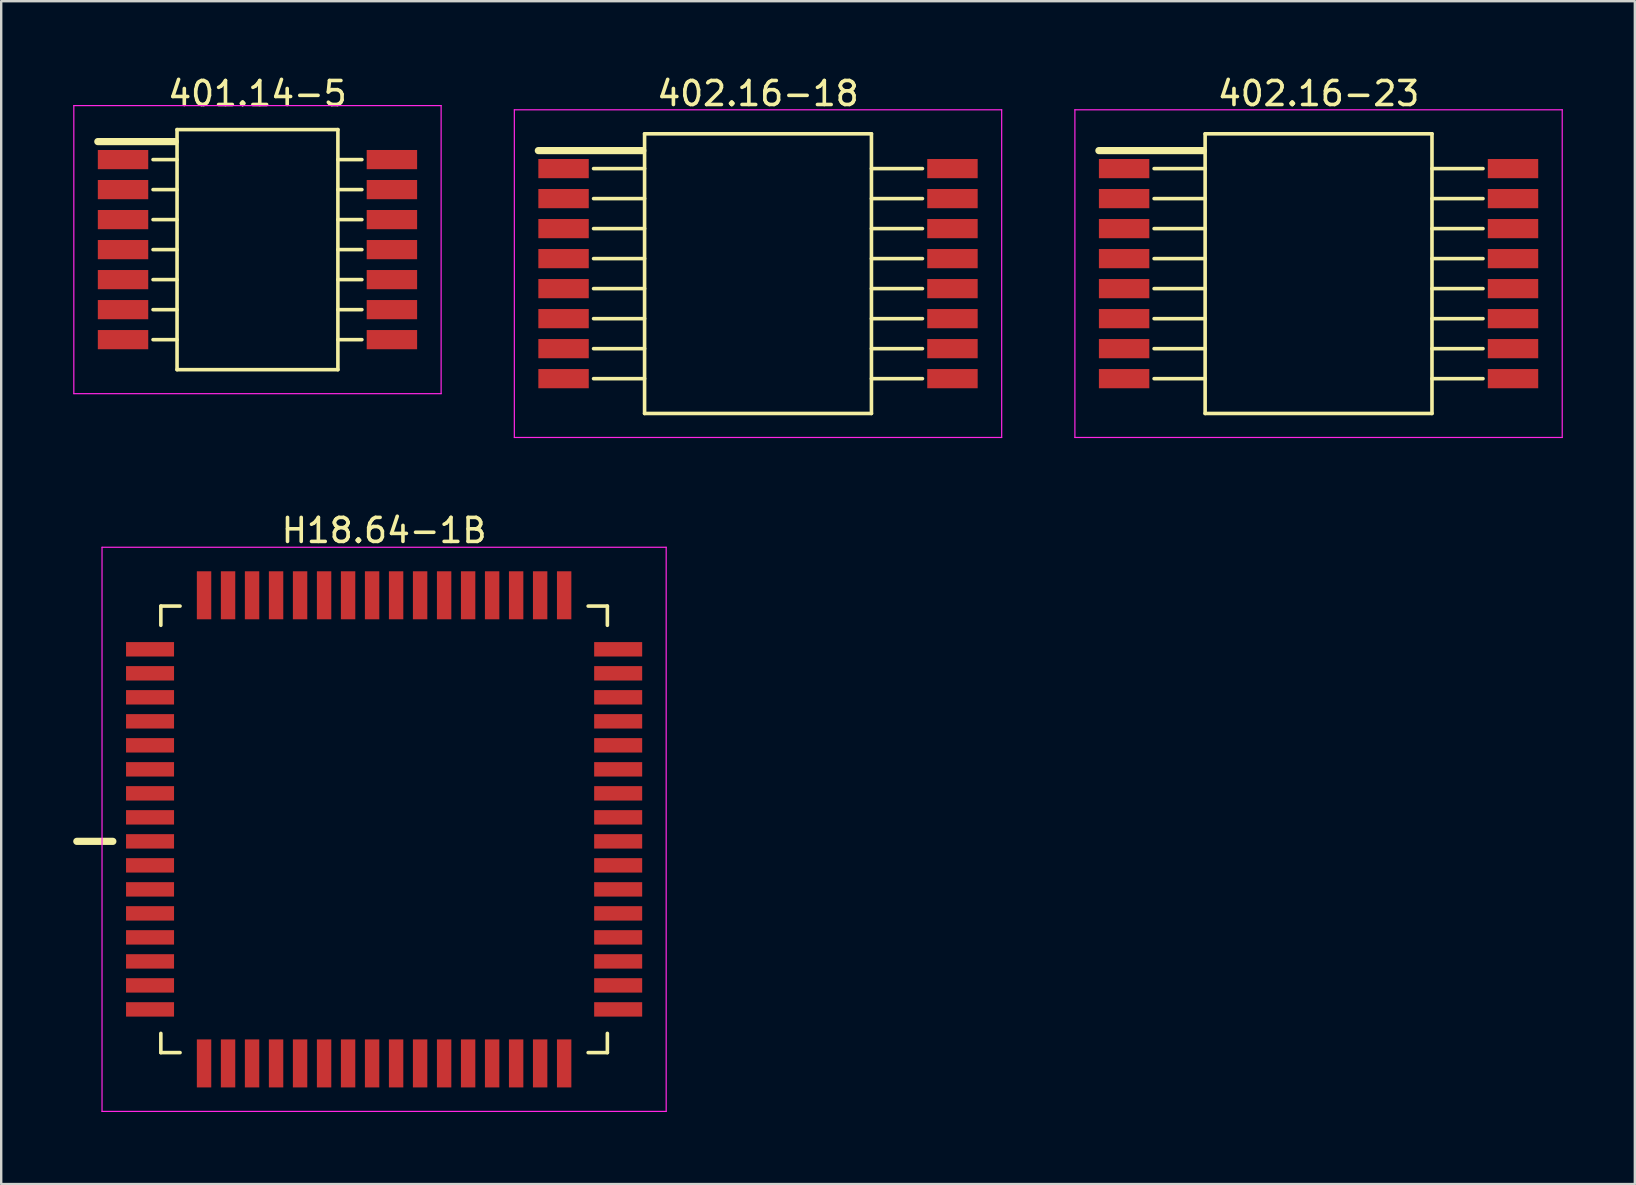
<source format=kicad_pcb>
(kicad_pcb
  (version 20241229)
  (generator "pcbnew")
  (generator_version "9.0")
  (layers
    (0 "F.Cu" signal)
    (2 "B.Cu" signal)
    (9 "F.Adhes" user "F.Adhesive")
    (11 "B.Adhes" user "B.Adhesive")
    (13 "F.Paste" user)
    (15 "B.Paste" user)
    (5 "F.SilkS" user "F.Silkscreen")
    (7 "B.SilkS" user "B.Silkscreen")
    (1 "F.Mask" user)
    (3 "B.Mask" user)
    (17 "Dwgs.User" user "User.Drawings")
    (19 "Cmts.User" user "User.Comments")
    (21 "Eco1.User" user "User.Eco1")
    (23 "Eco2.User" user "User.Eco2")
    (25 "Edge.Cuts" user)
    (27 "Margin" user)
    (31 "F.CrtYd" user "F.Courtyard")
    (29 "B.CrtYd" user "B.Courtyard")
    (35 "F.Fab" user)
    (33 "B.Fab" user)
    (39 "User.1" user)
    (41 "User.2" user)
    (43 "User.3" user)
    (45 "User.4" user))
  (footprint "402.16-18"
    (layer "F.Cu")
    (at 28.525 8.348)
    (property "Reference" "402.16-18" (at 0 -7.5 180) (layer "F.SilkS") (effects (font (size 1 1) (thickness 0.15))))
    (attr through_hole)
    (fp_line (start -6.85 -4.375) (end -4.725 -4.375) (stroke (width 0.15) (type solid)) (layer "F.SilkS"))
    (fp_line (start -6.85 -3.125) (end -4.725 -3.125) (stroke (width 0.15) (type solid)) (layer "F.SilkS"))
    (fp_line (start -6.85 -1.875) (end -4.725 -1.875) (stroke (width 0.15) (type solid)) (layer "F.SilkS"))
    (fp_line (start -6.85 -0.625) (end -4.725 -0.625) (stroke (width 0.15) (type solid)) (layer "F.SilkS"))
    (fp_line (start -6.85 0.625) (end -4.725 0.625) (stroke (width 0.15) (type solid)) (layer "F.SilkS"))
    (fp_line (start -6.85 1.875) (end -4.725 1.875) (stroke (width 0.15) (type solid)) (layer "F.SilkS"))
    (fp_line (start -6.85 3.125) (end -4.725 3.125) (stroke (width 0.15) (type solid)) (layer "F.SilkS"))
    (fp_line (start -6.85 4.375) (end -4.725 4.375) (stroke (width 0.15) (type solid)) (layer "F.SilkS"))
    (fp_line (start -4.8 -5.125) (end -9.15 -5.125) (stroke (width 0.3) (type solid)) (layer "F.SilkS"))
    (fp_line (start -4.725 -5.825) (end 4.725 -5.825) (stroke (width 0.15) (type solid)) (layer "F.SilkS"))
    (fp_line (start -4.725 5.825) (end -4.725 -5.825) (stroke (width 0.15) (type solid)) (layer "F.SilkS"))
    (fp_line (start 4.725 -5.825) (end 4.725 5.825) (stroke (width 0.15) (type solid)) (layer "F.SilkS"))
    (fp_line (start 4.725 -4.375) (end 6.85 -4.375) (stroke (width 0.15) (type solid)) (layer "F.SilkS"))
    (fp_line (start 4.725 -3.125) (end 6.85 -3.125) (stroke (width 0.15) (type solid)) (layer "F.SilkS"))
    (fp_line (start 4.725 -1.875) (end 6.85 -1.875) (stroke (width 0.15) (type solid)) (layer "F.SilkS"))
    (fp_line (start 4.725 -0.625) (end 6.85 -0.625) (stroke (width 0.15) (type solid)) (layer "F.SilkS"))
    (fp_line (start 4.725 0.625) (end 6.85 0.625) (stroke (width 0.15) (type solid)) (layer "F.SilkS"))
    (fp_line (start 4.725 1.875) (end 6.85 1.875) (stroke (width 0.15) (type solid)) (layer "F.SilkS"))
    (fp_line (start 4.725 3.125) (end 6.85 3.125) (stroke (width 0.15) (type solid)) (layer "F.SilkS"))
    (fp_line (start 4.725 4.375) (end 6.85 4.375) (stroke (width 0.15) (type solid)) (layer "F.SilkS"))
    (fp_line (start 4.725 5.825) (end -4.725 5.825) (stroke (width 0.15) (type solid)) (layer "F.SilkS"))
    (fp_line (start -10.15 -6.825) (end 10.15 -6.825) (stroke (width 0.05) (type solid)) (layer "F.CrtYd"))
    (fp_line (start -10.15 6.825) (end -10.15 -6.825) (stroke (width 0.05) (type solid)) (layer "F.CrtYd"))
    (fp_line (start -10.15 6.825) (end 10.15 6.825) (stroke (width 0.05) (type solid)) (layer "F.CrtYd"))
    (fp_line (start 10.15 6.825) (end 10.15 -6.825) (stroke (width 0.05) (type solid)) (layer "F.CrtYd"))
    (pad "1" smd rect (at -8.1 -4.375 270) (size 0.8 2.1) (layers "F.Cu" "F.Mask" "F.Paste"))
    (pad "2" smd rect (at -8.1 -3.125 270) (size 0.8 2.1) (layers "F.Cu" "F.Mask" "F.Paste"))
    (pad "3" smd rect (at -8.1 -1.875 270) (size 0.8 2.1) (layers "F.Cu" "F.Mask" "F.Paste"))
    (pad "4" smd rect (at -8.1 -0.625 270) (size 0.8 2.1) (layers "F.Cu" "F.Mask" "F.Paste"))
    (pad "5" smd rect (at -8.1 0.625 270) (size 0.8 2.1) (layers "F.Cu" "F.Mask" "F.Paste"))
    (pad "6" smd rect (at -8.1 1.875 270) (size 0.8 2.1) (layers "F.Cu" "F.Mask" "F.Paste"))
    (pad "7" smd rect (at -8.1 3.125 270) (size 0.8 2.1) (layers "F.Cu" "F.Mask" "F.Paste"))
    (pad "8" smd rect (at -8.1 4.375 270) (size 0.8 2.1) (layers "F.Cu" "F.Mask" "F.Paste"))
    (pad "9" smd rect (at 8.1 4.375 270) (size 0.8 2.1) (layers "F.Cu" "F.Mask" "F.Paste"))
    (pad "10" smd rect (at 8.1 3.125 270) (size 0.8 2.1) (layers "F.Cu" "F.Mask" "F.Paste"))
    (pad "11" smd rect (at 8.1 1.875 270) (size 0.8 2.1) (layers "F.Cu" "F.Mask" "F.Paste"))
    (pad "12" smd rect (at 8.1 0.625 270) (size 0.8 2.1) (layers "F.Cu" "F.Mask" "F.Paste"))
    (pad "13" smd rect (at 8.1 -0.625 270) (size 0.8 2.1) (layers "F.Cu" "F.Mask" "F.Paste"))
    (pad "14" smd rect (at 8.1 -1.875 270) (size 0.8 2.1) (layers "F.Cu" "F.Mask" "F.Paste"))
    (pad "15" smd rect (at 8.1 -3.125 270) (size 0.8 2.1) (layers "F.Cu" "F.Mask" "F.Paste"))
    (pad "16" smd rect (at 8.1 -4.375 270) (size 0.8 2.1) (layers "F.Cu" "F.Mask" "F.Paste")))
  (footprint "401.14-5"
    (layer "F.Cu")
    (at 7.675 7.348)
    (property "Reference" "401.14-5" (at 0 -6.5 180) (layer "F.SilkS") (effects (font (size 1 1) (thickness 0.15))))
    (attr through_hole)
    (fp_line (start -3.425 -4.5) (end -6.65 -4.5) (stroke (width 0.3) (type solid)) (layer "F.SilkS"))
    (fp_line (start -3.35 -5) (end 3.35 -5) (stroke (width 0.15) (type solid)) (layer "F.SilkS"))
    (fp_line (start -3.35 -3.75) (end -4.35 -3.75) (stroke (width 0.15) (type solid)) (layer "F.SilkS"))
    (fp_line (start -3.35 -2.5) (end -4.35 -2.5) (stroke (width 0.15) (type solid)) (layer "F.SilkS"))
    (fp_line (start -3.35 -1.25) (end -4.35 -1.25) (stroke (width 0.15) (type solid)) (layer "F.SilkS"))
    (fp_line (start -3.35 0) (end -4.35 0) (stroke (width 0.15) (type solid)) (layer "F.SilkS"))
    (fp_line (start -3.35 1.25) (end -4.35 1.25) (stroke (width 0.15) (type solid)) (layer "F.SilkS"))
    (fp_line (start -3.35 2.5) (end -4.35 2.5) (stroke (width 0.15) (type solid)) (layer "F.SilkS"))
    (fp_line (start -3.35 3.75) (end -4.35 3.75) (stroke (width 0.15) (type solid)) (layer "F.SilkS"))
    (fp_line (start -3.35 5) (end -3.35 -5) (stroke (width 0.15) (type solid)) (layer "F.SilkS"))
    (fp_line (start 3.35 -5) (end 3.35 5) (stroke (width 0.15) (type solid)) (layer "F.SilkS"))
    (fp_line (start 3.35 5) (end -3.35 5) (stroke (width 0.15) (type solid)) (layer "F.SilkS"))
    (fp_line (start 4.35 -3.75) (end 3.35 -3.75) (stroke (width 0.15) (type solid)) (layer "F.SilkS"))
    (fp_line (start 4.35 -2.5) (end 3.35 -2.5) (stroke (width 0.15) (type solid)) (layer "F.SilkS"))
    (fp_line (start 4.35 -1.25) (end 3.35 -1.25) (stroke (width 0.15) (type solid)) (layer "F.SilkS"))
    (fp_line (start 4.35 0) (end 3.35 0) (stroke (width 0.15) (type solid)) (layer "F.SilkS"))
    (fp_line (start 4.35 1.25) (end 3.35 1.25) (stroke (width 0.15) (type solid)) (layer "F.SilkS"))
    (fp_line (start 4.35 2.5) (end 3.35 2.5) (stroke (width 0.15) (type solid)) (layer "F.SilkS"))
    (fp_line (start 4.35 3.75) (end 3.35 3.75) (stroke (width 0.15) (type solid)) (layer "F.SilkS"))
    (fp_line (start -7.65 -6) (end 7.65 -6) (stroke (width 0.05) (type solid)) (layer "F.CrtYd"))
    (fp_line (start -7.65 6) (end -7.65 -6) (stroke (width 0.05) (type solid)) (layer "F.CrtYd"))
    (fp_line (start -7.65 6) (end 7.65 6) (stroke (width 0.05) (type solid)) (layer "F.CrtYd"))
    (fp_line (start 7.65 6) (end 7.65 -6) (stroke (width 0.05) (type solid)) (layer "F.CrtYd"))
    (pad "1" smd rect (at -5.6 -3.75 270) (size 0.8 2.1) (layers "F.Cu" "F.Mask" "F.Paste"))
    (pad "2" smd rect (at -5.6 -2.5 270) (size 0.8 2.1) (layers "F.Cu" "F.Mask" "F.Paste"))
    (pad "3" smd rect (at -5.6 -1.25 270) (size 0.8 2.1) (layers "F.Cu" "F.Mask" "F.Paste"))
    (pad "4" smd rect (at -5.6 0 270) (size 0.8 2.1) (layers "F.Cu" "F.Mask" "F.Paste"))
    (pad "5" smd rect (at -5.6 1.25 270) (size 0.8 2.1) (layers "F.Cu" "F.Mask" "F.Paste"))
    (pad "6" smd rect (at -5.6 2.5 270) (size 0.8 2.1) (layers "F.Cu" "F.Mask" "F.Paste"))
    (pad "7" smd rect (at -5.6 3.75 270) (size 0.8 2.1) (layers "F.Cu" "F.Mask" "F.Paste"))
    (pad "8" smd rect (at 5.6 3.75 270) (size 0.8 2.1) (layers "F.Cu" "F.Mask" "F.Paste"))
    (pad "9" smd rect (at 5.6 2.5 270) (size 0.8 2.1) (layers "F.Cu" "F.Mask" "F.Paste"))
    (pad "10" smd rect (at 5.6 1.25 270) (size 0.8 2.1) (layers "F.Cu" "F.Mask" "F.Paste"))
    (pad "11" smd rect (at 5.6 0 270) (size 0.8 2.1) (layers "F.Cu" "F.Mask" "F.Paste"))
    (pad "12" smd rect (at 5.6 -1.25 270) (size 0.8 2.1) (layers "F.Cu" "F.Mask" "F.Paste"))
    (pad "13" smd rect (at 5.6 -2.5 270) (size 0.8 2.1) (layers "F.Cu" "F.Mask" "F.Paste"))
    (pad "14" smd rect (at 5.6 -3.75 270) (size 0.8 2.1) (layers "F.Cu" "F.Mask" "F.Paste")))
  (footprint "H18.64-1B"
    (layer "F.Cu")
    (at 12.95 31.497)
    (property "Reference" "H18.64-1B" (at 0 -12.45 0) (layer "F.SilkS") (effects (font (size 1 1) (thickness 0.15))))
    (attr through_hole)
    (fp_line (start -11.3 0.5) (end -12.8 0.5) (stroke (width 0.3) (type solid)) (layer "F.SilkS"))
    (fp_line (start -9.3 -9.3) (end -8.5 -9.3) (stroke (width 0.15) (type solid)) (layer "F.SilkS"))
    (fp_line (start -9.3 -8.5) (end -9.3 -9.3) (stroke (width 0.15) (type solid)) (layer "F.SilkS"))
    (fp_line (start -9.3 9.3) (end -9.3 8.5) (stroke (width 0.15) (type solid)) (layer "F.SilkS"))
    (fp_line (start -8.5 9.3) (end -9.3 9.3) (stroke (width 0.15) (type solid)) (layer "F.SilkS"))
    (fp_line (start 8.5 -9.3) (end 9.3 -9.3) (stroke (width 0.15) (type solid)) (layer "F.SilkS"))
    (fp_line (start 8.5 9.3) (end 9.3 9.3) (stroke (width 0.15) (type solid)) (layer "F.SilkS"))
    (fp_line (start 9.3 -9.3) (end 9.3 -8.5) (stroke (width 0.15) (type solid)) (layer "F.SilkS"))
    (fp_line (start 9.3 9.3) (end 9.3 8.5) (stroke (width 0.15) (type solid)) (layer "F.SilkS"))
    (fp_line (start -11.75 -11.75) (end 11.75 -11.75) (stroke (width 0.05) (type solid)) (layer "F.CrtYd"))
    (fp_line (start -11.75 11.75) (end -11.75 -11.75) (stroke (width 0.05) (type solid)) (layer "F.CrtYd"))
    (fp_line (start 11.75 -11.75) (end 11.75 11.75) (stroke (width 0.05) (type solid)) (layer "F.CrtYd"))
    (fp_line (start 11.75 11.75) (end -11.75 11.75) (stroke (width 0.05) (type solid)) (layer "F.CrtYd"))
    (pad "1" smd rect (at -9.75 0.5 90) (size 0.6 2) (layers "F.Cu" "F.Mask" "F.Paste"))
    (pad "2" smd rect (at -9.75 1.5 90) (size 0.6 2) (layers "F.Cu" "F.Mask" "F.Paste"))
    (pad "3" smd rect (at -9.75 2.5 90) (size 0.6 2) (layers "F.Cu" "F.Mask" "F.Paste"))
    (pad "4" smd rect (at -9.75 3.5 90) (size 0.6 2) (layers "F.Cu" "F.Mask" "F.Paste"))
    (pad "5" smd rect (at -9.75 4.5 90) (size 0.6 2) (layers "F.Cu" "F.Mask" "F.Paste"))
    (pad "6" smd rect (at -9.75 5.5 90) (size 0.6 2) (layers "F.Cu" "F.Mask" "F.Paste"))
    (pad "7" smd rect (at -9.75 6.5 90) (size 0.6 2) (layers "F.Cu" "F.Mask" "F.Paste"))
    (pad "8" smd rect (at -9.75 7.5 90) (size 0.6 2) (layers "F.Cu" "F.Mask" "F.Paste"))
    (pad "9" smd rect (at -7.5 9.75) (size 0.6 2) (layers "F.Cu" "F.Mask" "F.Paste"))
    (pad "10" smd rect (at -6.5 9.75) (size 0.6 2) (layers "F.Cu" "F.Mask" "F.Paste"))
    (pad "11" smd rect (at -5.5 9.75) (size 0.6 2) (layers "F.Cu" "F.Mask" "F.Paste"))
    (pad "12" smd rect (at -4.5 9.75) (size 0.6 2) (layers "F.Cu" "F.Mask" "F.Paste"))
    (pad "13" smd rect (at -3.5 9.75) (size 0.6 2) (layers "F.Cu" "F.Mask" "F.Paste"))
    (pad "14" smd rect (at -2.5 9.75) (size 0.6 2) (layers "F.Cu" "F.Mask" "F.Paste"))
    (pad "15" smd rect (at -1.5 9.75) (size 0.6 2) (layers "F.Cu" "F.Mask" "F.Paste"))
    (pad "16" smd rect (at -0.5 9.75) (size 0.6 2) (layers "F.Cu" "F.Mask" "F.Paste"))
    (pad "17" smd rect (at 0.5 9.75) (size 0.6 2) (layers "F.Cu" "F.Mask" "F.Paste"))
    (pad "18" smd rect (at 1.5 9.75) (size 0.6 2) (layers "F.Cu" "F.Mask" "F.Paste"))
    (pad "19" smd rect (at 2.5 9.75) (size 0.6 2) (layers "F.Cu" "F.Mask" "F.Paste"))
    (pad "20" smd rect (at 3.5 9.75) (size 0.6 2) (layers "F.Cu" "F.Mask" "F.Paste"))
    (pad "21" smd rect (at 4.5 9.75) (size 0.6 2) (layers "F.Cu" "F.Mask" "F.Paste"))
    (pad "22" smd rect (at 5.5 9.75) (size 0.6 2) (layers "F.Cu" "F.Mask" "F.Paste"))
    (pad "23" smd rect (at 6.5 9.75) (size 0.6 2) (layers "F.Cu" "F.Mask" "F.Paste"))
    (pad "24" smd rect (at 7.5 9.75) (size 0.6 2) (layers "F.Cu" "F.Mask" "F.Paste"))
    (pad "25" smd rect (at 9.75 7.5 90) (size 0.6 2) (layers "F.Cu" "F.Mask" "F.Paste"))
    (pad "26" smd rect (at 9.75 6.5 90) (size 0.6 2) (layers "F.Cu" "F.Mask" "F.Paste"))
    (pad "27" smd rect (at 9.75 5.5 90) (size 0.6 2) (layers "F.Cu" "F.Mask" "F.Paste"))
    (pad "28" smd rect (at 9.75 4.5 90) (size 0.6 2) (layers "F.Cu" "F.Mask" "F.Paste"))
    (pad "29" smd rect (at 9.75 3.5 90) (size 0.6 2) (layers "F.Cu" "F.Mask" "F.Paste"))
    (pad "30" smd rect (at 9.75 2.5 90) (size 0.6 2) (layers "F.Cu" "F.Mask" "F.Paste"))
    (pad "31" smd rect (at 9.75 1.5 90) (size 0.6 2) (layers "F.Cu" "F.Mask" "F.Paste"))
    (pad "32" smd rect (at 9.75 0.5 90) (size 0.6 2) (layers "F.Cu" "F.Mask" "F.Paste"))
    (pad "33" smd rect (at 9.75 -0.5 90) (size 0.6 2) (layers "F.Cu" "F.Mask" "F.Paste"))
    (pad "34" smd rect (at 9.75 -1.5 90) (size 0.6 2) (layers "F.Cu" "F.Mask" "F.Paste"))
    (pad "35" smd rect (at 9.75 -2.5 90) (size 0.6 2) (layers "F.Cu" "F.Mask" "F.Paste"))
    (pad "36" smd rect (at 9.75 -3.5 90) (size 0.6 2) (layers "F.Cu" "F.Mask" "F.Paste"))
    (pad "37" smd rect (at 9.75 -4.5 90) (size 0.6 2) (layers "F.Cu" "F.Mask" "F.Paste"))
    (pad "38" smd rect (at 9.75 -5.5 90) (size 0.6 2) (layers "F.Cu" "F.Mask" "F.Paste"))
    (pad "39" smd rect (at 9.75 -6.5 90) (size 0.6 2) (layers "F.Cu" "F.Mask" "F.Paste"))
    (pad "40" smd rect (at 9.75 -7.5 90) (size 0.6 2) (layers "F.Cu" "F.Mask" "F.Paste"))
    (pad "41" smd rect (at 7.5 -9.75) (size 0.6 2) (layers "F.Cu" "F.Mask" "F.Paste"))
    (pad "42" smd rect (at 6.5 -9.75) (size 0.6 2) (layers "F.Cu" "F.Mask" "F.Paste"))
    (pad "43" smd rect (at 5.5 -9.75) (size 0.6 2) (layers "F.Cu" "F.Mask" "F.Paste"))
    (pad "44" smd rect (at 4.5 -9.75) (size 0.6 2) (layers "F.Cu" "F.Mask" "F.Paste"))
    (pad "45" smd rect (at 3.5 -9.75) (size 0.6 2) (layers "F.Cu" "F.Mask" "F.Paste"))
    (pad "46" smd rect (at 2.5 -9.75) (size 0.6 2) (layers "F.Cu" "F.Mask" "F.Paste"))
    (pad "47" smd rect (at 1.5 -9.75) (size 0.6 2) (layers "F.Cu" "F.Mask" "F.Paste"))
    (pad "48" smd rect (at 0.5 -9.75) (size 0.6 2) (layers "F.Cu" "F.Mask" "F.Paste"))
    (pad "49" smd rect (at -0.5 -9.75) (size 0.6 2) (layers "F.Cu" "F.Mask" "F.Paste"))
    (pad "50" smd rect (at -1.5 -9.75) (size 0.6 2) (layers "F.Cu" "F.Mask" "F.Paste"))
    (pad "51" smd rect (at -2.5 -9.75) (size 0.6 2) (layers "F.Cu" "F.Mask" "F.Paste"))
    (pad "52" smd rect (at -3.5 -9.75) (size 0.6 2) (layers "F.Cu" "F.Mask" "F.Paste"))
    (pad "53" smd rect (at -4.5 -9.75) (size 0.6 2) (layers "F.Cu" "F.Mask" "F.Paste"))
    (pad "54" smd rect (at -5.5 -9.75) (size 0.6 2) (layers "F.Cu" "F.Mask" "F.Paste"))
    (pad "55" smd rect (at -6.5 -9.75) (size 0.6 2) (layers "F.Cu" "F.Mask" "F.Paste"))
    (pad "56" smd rect (at -7.5 -9.75) (size 0.6 2) (layers "F.Cu" "F.Mask" "F.Paste"))
    (pad "57" smd rect (at -9.75 -7.5 90) (size 0.6 2) (layers "F.Cu" "F.Mask" "F.Paste"))
    (pad "58" smd rect (at -9.75 -6.5 90) (size 0.6 2) (layers "F.Cu" "F.Mask" "F.Paste"))
    (pad "59" smd rect (at -9.75 -5.5 90) (size 0.6 2) (layers "F.Cu" "F.Mask" "F.Paste"))
    (pad "60" smd rect (at -9.75 -4.5 90) (size 0.6 2) (layers "F.Cu" "F.Mask" "F.Paste"))
    (pad "61" smd rect (at -9.75 -3.5 90) (size 0.6 2) (layers "F.Cu" "F.Mask" "F.Paste"))
    (pad "62" smd rect (at -9.75 -2.5 90) (size 0.6 2) (layers "F.Cu" "F.Mask" "F.Paste"))
    (pad "63" smd rect (at -9.75 -1.5 90) (size 0.6 2) (layers "F.Cu" "F.Mask" "F.Paste"))
    (pad "64" smd rect (at -9.75 -0.5 90) (size 0.6 2) (layers "F.Cu" "F.Mask" "F.Paste")))
  (footprint "402.16-23"
    (layer "F.Cu")
    (at 51.875 8.348)
    (property "Reference" "402.16-23" (at 0 -7.5 180) (layer "F.SilkS") (effects (font (size 1 1) (thickness 0.15))))
    (attr through_hole)
    (fp_line (start -6.85 -4.375) (end -4.725 -4.375) (stroke (width 0.15) (type solid)) (layer "F.SilkS"))
    (fp_line (start -6.85 -3.125) (end -4.725 -3.125) (stroke (width 0.15) (type solid)) (layer "F.SilkS"))
    (fp_line (start -6.85 -1.875) (end -4.725 -1.875) (stroke (width 0.15) (type solid)) (layer "F.SilkS"))
    (fp_line (start -6.85 -0.625) (end -4.725 -0.625) (stroke (width 0.15) (type solid)) (layer "F.SilkS"))
    (fp_line (start -6.85 0.625) (end -4.725 0.625) (stroke (width 0.15) (type solid)) (layer "F.SilkS"))
    (fp_line (start -6.85 1.875) (end -4.725 1.875) (stroke (width 0.15) (type solid)) (layer "F.SilkS"))
    (fp_line (start -6.85 3.125) (end -4.725 3.125) (stroke (width 0.15) (type solid)) (layer "F.SilkS"))
    (fp_line (start -6.85 4.375) (end -4.725 4.375) (stroke (width 0.15) (type solid)) (layer "F.SilkS"))
    (fp_line (start -4.8 -5.125) (end -9.15 -5.125) (stroke (width 0.3) (type solid)) (layer "F.SilkS"))
    (fp_line (start -4.725 -5.825) (end 4.725 -5.825) (stroke (width 0.15) (type solid)) (layer "F.SilkS"))
    (fp_line (start -4.725 5.825) (end -4.725 -5.825) (stroke (width 0.15) (type solid)) (layer "F.SilkS"))
    (fp_line (start 4.725 -5.825) (end 4.725 5.825) (stroke (width 0.15) (type solid)) (layer "F.SilkS"))
    (fp_line (start 4.725 -4.375) (end 6.85 -4.375) (stroke (width 0.15) (type solid)) (layer "F.SilkS"))
    (fp_line (start 4.725 -3.125) (end 6.85 -3.125) (stroke (width 0.15) (type solid)) (layer "F.SilkS"))
    (fp_line (start 4.725 -1.875) (end 6.85 -1.875) (stroke (width 0.15) (type solid)) (layer "F.SilkS"))
    (fp_line (start 4.725 -0.625) (end 6.85 -0.625) (stroke (width 0.15) (type solid)) (layer "F.SilkS"))
    (fp_line (start 4.725 0.625) (end 6.85 0.625) (stroke (width 0.15) (type solid)) (layer "F.SilkS"))
    (fp_line (start 4.725 1.875) (end 6.85 1.875) (stroke (width 0.15) (type solid)) (layer "F.SilkS"))
    (fp_line (start 4.725 3.125) (end 6.85 3.125) (stroke (width 0.15) (type solid)) (layer "F.SilkS"))
    (fp_line (start 4.725 4.375) (end 6.85 4.375) (stroke (width 0.15) (type solid)) (layer "F.SilkS"))
    (fp_line (start 4.725 5.825) (end -4.725 5.825) (stroke (width 0.15) (type solid)) (layer "F.SilkS"))
    (fp_line (start -10.15 -6.825) (end 10.15 -6.825) (stroke (width 0.05) (type solid)) (layer "F.CrtYd"))
    (fp_line (start -10.15 6.825) (end -10.15 -6.825) (stroke (width 0.05) (type solid)) (layer "F.CrtYd"))
    (fp_line (start -10.15 6.825) (end 10.15 6.825) (stroke (width 0.05) (type solid)) (layer "F.CrtYd"))
    (fp_line (start 10.15 6.825) (end 10.15 -6.825) (stroke (width 0.05) (type solid)) (layer "F.CrtYd"))
    (pad "1" smd rect (at -8.1 -4.375 270) (size 0.8 2.1) (layers "F.Cu" "F.Mask" "F.Paste"))
    (pad "2" smd rect (at -8.1 -3.125 270) (size 0.8 2.1) (layers "F.Cu" "F.Mask" "F.Paste"))
    (pad "3" smd rect (at -8.1 -1.875 270) (size 0.8 2.1) (layers "F.Cu" "F.Mask" "F.Paste"))
    (pad "4" smd rect (at -8.1 -0.625 270) (size 0.8 2.1) (layers "F.Cu" "F.Mask" "F.Paste"))
    (pad "5" smd rect (at -8.1 0.625 270) (size 0.8 2.1) (layers "F.Cu" "F.Mask" "F.Paste"))
    (pad "6" smd rect (at -8.1 1.875 270) (size 0.8 2.1) (layers "F.Cu" "F.Mask" "F.Paste"))
    (pad "7" smd rect (at -8.1 3.125 270) (size 0.8 2.1) (layers "F.Cu" "F.Mask" "F.Paste"))
    (pad "8" smd rect (at -8.1 4.375 270) (size 0.8 2.1) (layers "F.Cu" "F.Mask" "F.Paste"))
    (pad "9" smd rect (at 8.1 4.375 270) (size 0.8 2.1) (layers "F.Cu" "F.Mask" "F.Paste"))
    (pad "10" smd rect (at 8.1 3.125 270) (size 0.8 2.1) (layers "F.Cu" "F.Mask" "F.Paste"))
    (pad "11" smd rect (at 8.1 1.875 270) (size 0.8 2.1) (layers "F.Cu" "F.Mask" "F.Paste"))
    (pad "12" smd rect (at 8.1 0.625 270) (size 0.8 2.1) (layers "F.Cu" "F.Mask" "F.Paste"))
    (pad "13" smd rect (at 8.1 -0.625 270) (size 0.8 2.1) (layers "F.Cu" "F.Mask" "F.Paste"))
    (pad "14" smd rect (at 8.1 -1.875 270) (size 0.8 2.1) (layers "F.Cu" "F.Mask" "F.Paste"))
    (pad "15" smd rect (at 8.1 -3.125 270) (size 0.8 2.1) (layers "F.Cu" "F.Mask" "F.Paste"))
    (pad "16" smd rect (at 8.1 -4.375 270) (size 0.8 2.1) (layers "F.Cu" "F.Mask" "F.Paste")))
  (gr_rect
    (start -3 -3)
    (end 65.05 46.272)
    (stroke (width 0.1) (type default))
    (fill no)
    (layer "Edge.Cuts")))
</source>
